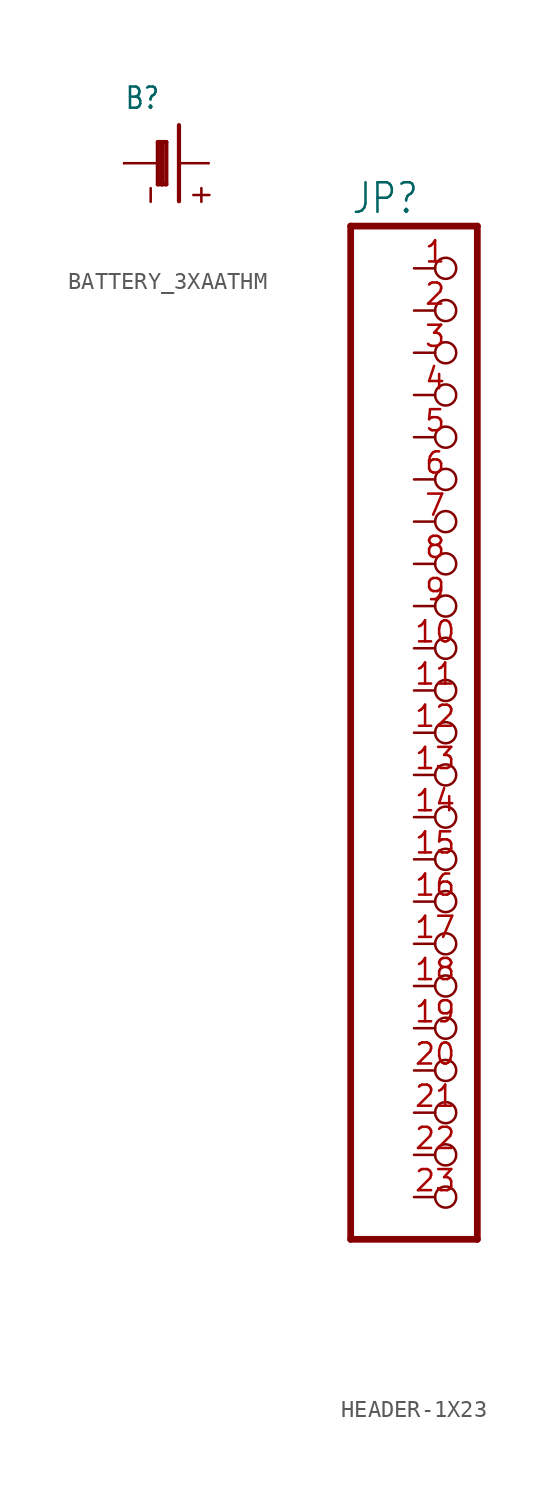
<source format=kicad_sym>
(kicad_symbol_lib
  (version 20220914)
  (generator kicad_symbol_editor)
  (symbol "BATTERY_3XAATHM"
    (property "Reference" "B"
      (at -2.54 3.175 0)
      (effects (font (size 1.27 1.079)) (justify left bottom)))
    (property "Value" ""
      (at -2.54 -5.08 0)
      (effects (font (size 1.27 1.079)) (justify left bottom)))
    (property "ki_locked" ""
      (at 0 0 0)
      (effects (font (size 1.27 1.27))))
    (symbol "BATTERY_3XAATHM_1_0"
      (polyline (pts (xy -2.54 0) (xy -0.635 0)) (stroke (width 0.152) (type solid)) (fill (type none)))
      (polyline (pts (xy -0.508 -1.27) (xy -0.508 1.27)) (stroke (width 0.254) (type solid)) (fill (type none)))
      (polyline (pts (xy -0.508 1.27) (xy -0.254 1.27)) (stroke (width 0.254) (type solid)) (fill (type none)))
      (polyline (pts (xy -0.254 -1.27) (xy -0.508 -1.27)) (stroke (width 0.254) (type solid)) (fill (type none)))
      (polyline (pts (xy -0.254 1.27) (xy -0.254 -1.27)) (stroke (width 0.254) (type solid)) (fill (type none)))
      (polyline (pts (xy -0.254 1.27) (xy 0 1.27)) (stroke (width 0.254) (type solid)) (fill (type none)))
      (polyline (pts (xy 0 -1.27) (xy -0.254 -1.27)) (stroke (width 0.254) (type solid)) (fill (type none)))
      (polyline (pts (xy 0 1.27) (xy 0 -1.27)) (stroke (width 0.254) (type solid)) (fill (type none)))
      (polyline (pts (xy 0.762 2.286) (xy 0.762 -2.286)) (stroke (width 0.254) (type solid)) (fill (type none)))
      (polyline (pts (xy 0.889 0) (xy 2.54 0)) (stroke (width 0.152) (type solid)) (fill (type none)))
      (text "+" (at 1.27 -1.143 900) (effects (font (size 1.27 1.079)) (justify right top)))
      (text "-" (at -1.778 -1.143 900) (effects (font (size 1.27 1.079)) (justify right top)))
      (pin passive line (at 2.54 0 180) (length 0) (name "+" (effects (font (size 0 0)))) (number "+" (effects (font (size 0 0)))))
      (pin passive line (at -2.54 0 0) (length 0) (name "-" (effects (font (size 0 0)))) (number "-" (effects (font (size 0 0)))))))
  (symbol "HEADER-1X23"
    (property "Reference" "JP"
      (at -1.27 31.115 0)
      (effects (font (size 1.778 1.511)) (justify left bottom)))
    (property "Value" ""
      (at -1.27 -33.02 0)
      (effects (font (size 1.778 1.511)) (justify left bottom)))
    (property "ki_locked" ""
      (at 0 0 0)
      (effects (font (size 1.27 1.27))))
    (symbol "HEADER-1X23_1_0"
      (polyline (pts (xy -1.27 -30.48) (xy 6.35 -30.48)) (stroke (width 0.406) (type solid)) (fill (type none)))
      (polyline (pts (xy -1.27 30.48) (xy -1.27 -30.48)) (stroke (width 0.406) (type solid)) (fill (type none)))
      (polyline (pts (xy 6.35 -30.48) (xy 6.35 30.48)) (stroke (width 0.406) (type solid)) (fill (type none)))
      (polyline (pts (xy 6.35 30.48) (xy -1.27 30.48)) (stroke (width 0.406) (type solid)) (fill (type none)))
      (pin passive inverted (at 2.54 27.94 0) (length 2.54) (name "1" (effects (font (size 0 0)))) (number "1" (effects (font (size 1.27 1.27)))))
      (pin passive inverted (at 2.54 5.08 0) (length 2.54) (name "10" (effects (font (size 0 0)))) (number "10" (effects (font (size 1.27 1.27)))))
      (pin passive inverted (at 2.54 2.54 0) (length 2.54) (name "11" (effects (font (size 0 0)))) (number "11" (effects (font (size 1.27 1.27)))))
      (pin passive inverted (at 2.54 0 0) (length 2.54) (name "12" (effects (font (size 0 0)))) (number "12" (effects (font (size 1.27 1.27)))))
      (pin passive inverted (at 2.54 -2.54 0) (length 2.54) (name "13" (effects (font (size 0 0)))) (number "13" (effects (font (size 1.27 1.27)))))
      (pin passive inverted (at 2.54 -5.08 0) (length 2.54) (name "14" (effects (font (size 0 0)))) (number "14" (effects (font (size 1.27 1.27)))))
      (pin passive inverted (at 2.54 -7.62 0) (length 2.54) (name "15" (effects (font (size 0 0)))) (number "15" (effects (font (size 1.27 1.27)))))
      (pin passive inverted (at 2.54 -10.16 0) (length 2.54) (name "16" (effects (font (size 0 0)))) (number "16" (effects (font (size 1.27 1.27)))))
      (pin passive inverted (at 2.54 -12.7 0) (length 2.54) (name "17" (effects (font (size 0 0)))) (number "17" (effects (font (size 1.27 1.27)))))
      (pin passive inverted (at 2.54 -15.24 0) (length 2.54) (name "18" (effects (font (size 0 0)))) (number "18" (effects (font (size 1.27 1.27)))))
      (pin passive inverted (at 2.54 -17.78 0) (length 2.54) (name "19" (effects (font (size 0 0)))) (number "19" (effects (font (size 1.27 1.27)))))
      (pin passive inverted (at 2.54 25.4 0) (length 2.54) (name "2" (effects (font (size 0 0)))) (number "2" (effects (font (size 1.27 1.27)))))
      (pin passive inverted (at 2.54 -20.32 0) (length 2.54) (name "20" (effects (font (size 0 0)))) (number "20" (effects (font (size 1.27 1.27)))))
      (pin passive inverted (at 2.54 -22.86 0) (length 2.54) (name "21" (effects (font (size 0 0)))) (number "21" (effects (font (size 1.27 1.27)))))
      (pin passive inverted (at 2.54 -25.4 0) (length 2.54) (name "22" (effects (font (size 0 0)))) (number "22" (effects (font (size 1.27 1.27)))))
      (pin passive inverted (at 2.54 -27.94 0) (length 2.54) (name "23" (effects (font (size 0 0)))) (number "23" (effects (font (size 1.27 1.27)))))
      (pin passive inverted (at 2.54 22.86 0) (length 2.54) (name "3" (effects (font (size 0 0)))) (number "3" (effects (font (size 1.27 1.27)))))
      (pin passive inverted (at 2.54 20.32 0) (length 2.54) (name "4" (effects (font (size 0 0)))) (number "4" (effects (font (size 1.27 1.27)))))
      (pin passive inverted (at 2.54 17.78 0) (length 2.54) (name "5" (effects (font (size 0 0)))) (number "5" (effects (font (size 1.27 1.27)))))
      (pin passive inverted (at 2.54 15.24 0) (length 2.54) (name "6" (effects (font (size 0 0)))) (number "6" (effects (font (size 1.27 1.27)))))
      (pin passive inverted (at 2.54 12.7 0) (length 2.54) (name "7" (effects (font (size 0 0)))) (number "7" (effects (font (size 1.27 1.27)))))
      (pin passive inverted (at 2.54 10.16 0) (length 2.54) (name "8" (effects (font (size 0 0)))) (number "8" (effects (font (size 1.27 1.27)))))
      (pin passive inverted (at 2.54 7.62 0) (length 2.54) (name "9" (effects (font (size 0 0)))) (number "9" (effects (font (size 1.27 1.27))))))))
</source>
